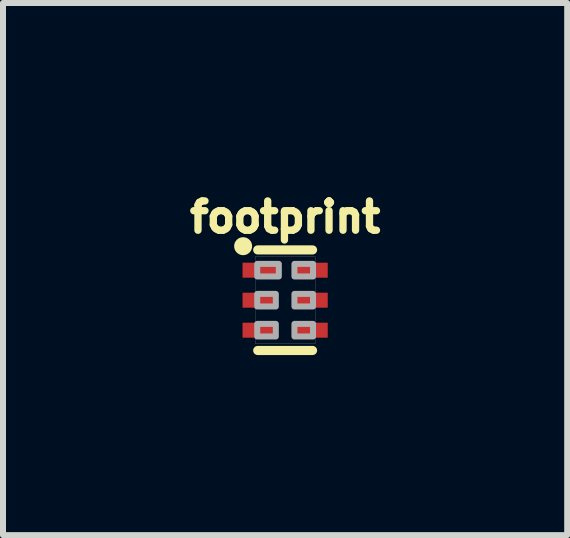
<source format=kicad_pcb>
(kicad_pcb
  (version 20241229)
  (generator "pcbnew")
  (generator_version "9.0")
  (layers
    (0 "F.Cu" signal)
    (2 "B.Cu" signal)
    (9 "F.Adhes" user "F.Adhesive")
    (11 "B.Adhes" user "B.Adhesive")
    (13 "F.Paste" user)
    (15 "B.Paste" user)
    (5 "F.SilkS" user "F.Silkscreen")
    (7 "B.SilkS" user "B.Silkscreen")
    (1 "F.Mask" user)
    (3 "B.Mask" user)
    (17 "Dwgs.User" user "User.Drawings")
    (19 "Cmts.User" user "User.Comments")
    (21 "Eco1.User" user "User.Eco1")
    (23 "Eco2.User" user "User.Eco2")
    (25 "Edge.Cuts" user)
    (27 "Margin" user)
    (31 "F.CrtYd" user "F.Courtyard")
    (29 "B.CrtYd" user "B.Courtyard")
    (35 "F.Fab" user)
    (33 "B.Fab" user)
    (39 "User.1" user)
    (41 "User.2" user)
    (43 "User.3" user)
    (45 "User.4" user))
  (footprint "footprint"
    (layer "F.Cu")
    (at 1.702 1.953)
    (property "Reference" "footprint" (at 0 -1.1 0) (layer "F.SilkS") (effects (font (size 0.488 0.488) (thickness 0.122)) (justify bottom)))
    (fp_line (start -0.457 -0.838) (end 0.457 -0.838) (stroke (width 0.152) (type solid)) (layer "F.SilkS"))
    (fp_line (start -0.457 0.838) (end 0.457 0.838) (stroke (width 0.152) (type solid)) (layer "F.SilkS"))
    (fp_circle (center -0.7 -0.9) (end -0.625 -0.9) (stroke (width 0.15) (type solid)) (fill yes) (layer "F.SilkS"))
    (fp_line (start -0.5 -0.725) (end 0.5 -0.725) (stroke (width 0.003) (type solid)) (layer "F.Fab"))
    (fp_line (start -0.5 0.725) (end -0.5 -0.725) (stroke (width 0.003) (type solid)) (layer "F.Fab"))
    (fp_line (start 0.5 -0.725) (end 0.5 0.725) (stroke (width 0.003) (type solid)) (layer "F.Fab"))
    (fp_line (start 0.5 0.725) (end -0.5 0.725) (stroke (width 0.003) (type solid)) (layer "F.Fab"))
    (fp_poly (pts (xy -0.465 -0.395) (xy -0.105 -0.395) (xy -0.105 -0.605) (xy -0.465 -0.605)) (stroke (width 0.1) (type solid)) (fill no) (layer "F.Fab"))
    (fp_poly (pts (xy -0.465 0.105) (xy -0.155 0.105) (xy -0.155 -0.105) (xy -0.465 -0.105)) (stroke (width 0.1) (type solid)) (fill no) (layer "F.Fab"))
    (fp_poly (pts (xy -0.465 0.605) (xy -0.155 0.605) (xy -0.155 0.395) (xy -0.465 0.395)) (stroke (width 0.1) (type solid)) (fill no) (layer "F.Fab"))
    (fp_poly (pts (xy 0.465 -0.605) (xy 0.155 -0.605) (xy 0.155 -0.395) (xy 0.465 -0.395)) (stroke (width 0.1) (type solid)) (fill no) (layer "F.Fab"))
    (fp_poly (pts (xy 0.465 -0.105) (xy 0.155 -0.105) (xy 0.155 0.105) (xy 0.465 0.105)) (stroke (width 0.1) (type solid)) (fill no) (layer "F.Fab"))
    (fp_poly (pts (xy 0.465 0.395) (xy 0.155 0.395) (xy 0.155 0.605) (xy 0.465 0.605)) (stroke (width 0.1) (type solid)) (fill no) (layer "F.Fab"))
    (pad "1" smd rect (at -0.405 -0.5) (size 0.61 0.25) (layers "F.Cu" "F.Mask" "F.Paste"))
    (pad "2" smd rect (at -0.43 0) (size 0.56 0.25) (layers "F.Cu" "F.Mask" "F.Paste"))
    (pad "3" smd rect (at -0.43 0.5) (size 0.56 0.25) (layers "F.Cu" "F.Mask" "F.Paste"))
    (pad "4" smd rect (at 0.43 0.5 180) (size 0.56 0.25) (layers "F.Cu" "F.Mask" "F.Paste"))
    (pad "5" smd rect (at 0.43 0 180) (size 0.56 0.25) (layers "F.Cu" "F.Mask" "F.Paste"))
    (pad "6" smd rect (at 0.43 -0.5 180) (size 0.56 0.25) (layers "F.Cu" "F.Mask" "F.Paste")))
  (gr_rect
    (start -3 -3)
    (end 6.403 5.868)
    (stroke (width 0.1) (type default))
    (fill no)
    (layer "Edge.Cuts")))
</source>
